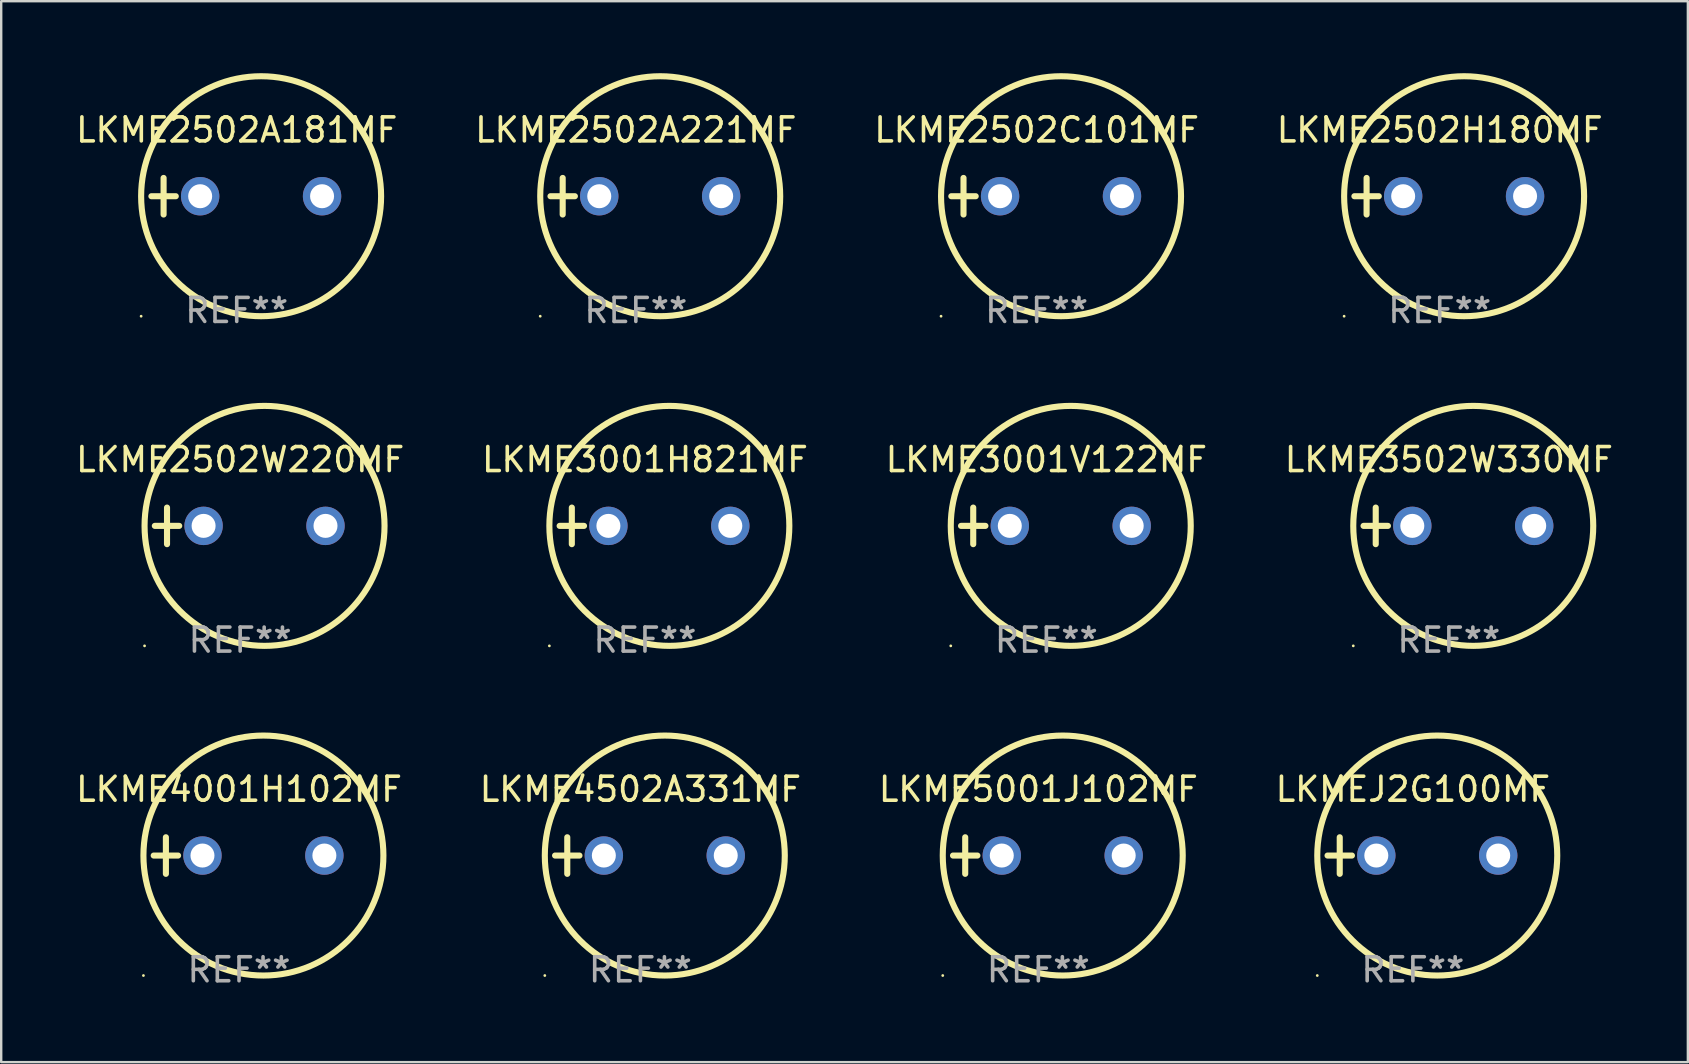
<source format=kicad_pcb>
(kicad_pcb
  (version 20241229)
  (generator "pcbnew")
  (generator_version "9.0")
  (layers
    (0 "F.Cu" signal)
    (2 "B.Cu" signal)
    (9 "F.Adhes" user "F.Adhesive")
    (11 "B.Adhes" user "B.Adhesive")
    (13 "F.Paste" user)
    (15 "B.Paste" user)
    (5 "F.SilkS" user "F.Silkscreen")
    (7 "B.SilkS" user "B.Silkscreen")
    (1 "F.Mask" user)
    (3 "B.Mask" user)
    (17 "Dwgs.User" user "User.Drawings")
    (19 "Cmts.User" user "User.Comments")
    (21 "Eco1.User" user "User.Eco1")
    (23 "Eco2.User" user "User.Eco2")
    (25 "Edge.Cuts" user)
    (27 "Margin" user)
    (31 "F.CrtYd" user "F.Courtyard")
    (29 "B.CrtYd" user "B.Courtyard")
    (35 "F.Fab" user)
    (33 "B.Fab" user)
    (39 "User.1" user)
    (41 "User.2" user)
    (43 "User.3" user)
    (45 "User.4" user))
  (footprint "LKME5001J102MF"
    (layer "F.Cu")
    (at 40.22 32.602)
    (property "Reference" "LKME5001J102MF" (at 0 -2.762 0) (layer "F.SilkS") (effects (font (size 1 1) (thickness 0.15))))
    (attr through_hole)
    (fp_line (start -3.556 0) (end -2.54 0) (stroke (width 0.254) (type solid)) (layer "F.SilkS"))
    (fp_line (start -3.048 -0.762) (end -3.048 0.762) (stroke (width 0.254) (type solid)) (layer "F.SilkS"))
    (fp_circle (center -3.984 5) (end -3.954 5) (stroke (width 0.06) (type solid)) (fill no) (layer "F.SilkS"))
    (fp_circle (center 1.016 0) (end 6.016 0) (stroke (width 0.254) (type solid)) (fill no) (layer "F.SilkS"))
    (fp_text user "REF**" (at 0 4.762 0) (layer "F.Fab") (effects (font (size 1 1) (thickness 0.15))))
    (pad "1" thru_hole circle (at -1.524 0) (size 1.6 1.6) (drill 1) (layers "*.Cu" "*.Mask"))
    (pad "2" thru_hole circle (at 3.556 0) (size 1.6 1.6) (drill 1) (layers "*.Cu" "*.Mask")))
  (footprint "LKME3001H821MF"
    (layer "F.Cu")
    (at 23.827 18.864)
    (property "Reference" "LKME3001H821MF" (at 0 -2.762 0) (layer "F.SilkS") (effects (font (size 1 1) (thickness 0.15))))
    (attr through_hole)
    (fp_line (start -3.556 0) (end -2.54 0) (stroke (width 0.254) (type solid)) (layer "F.SilkS"))
    (fp_line (start -3.048 -0.762) (end -3.048 0.762) (stroke (width 0.254) (type solid)) (layer "F.SilkS"))
    (fp_circle (center -3.984 5) (end -3.954 5) (stroke (width 0.06) (type solid)) (fill no) (layer "F.SilkS"))
    (fp_circle (center 1.016 0) (end 6.016 0) (stroke (width 0.254) (type solid)) (fill no) (layer "F.SilkS"))
    (fp_text user "REF**" (at 0 4.762 0) (layer "F.Fab") (effects (font (size 1 1) (thickness 0.15))))
    (pad "1" thru_hole circle (at -1.524 0) (size 1.6 1.6) (drill 1) (layers "*.Cu" "*.Mask"))
    (pad "2" thru_hole circle (at 3.556 0) (size 1.6 1.6) (drill 1) (layers "*.Cu" "*.Mask")))
  (footprint "LKME2502W220MF"
    (layer "F.Cu")
    (at 6.958 18.864)
    (property "Reference" "LKME2502W220MF" (at 0 -2.762 0) (layer "F.SilkS") (effects (font (size 1 1) (thickness 0.15))))
    (attr through_hole)
    (fp_line (start -3.556 0) (end -2.54 0) (stroke (width 0.254) (type solid)) (layer "F.SilkS"))
    (fp_line (start -3.048 -0.762) (end -3.048 0.762) (stroke (width 0.254) (type solid)) (layer "F.SilkS"))
    (fp_circle (center -3.984 5) (end -3.954 5) (stroke (width 0.06) (type solid)) (fill no) (layer "F.SilkS"))
    (fp_circle (center 1.016 0) (end 6.016 0) (stroke (width 0.254) (type solid)) (fill no) (layer "F.SilkS"))
    (fp_text user "REF**" (at 0 4.762 0) (layer "F.Fab") (effects (font (size 1 1) (thickness 0.15))))
    (pad "1" thru_hole circle (at -1.524 0) (size 1.6 1.6) (drill 1) (layers "*.Cu" "*.Mask"))
    (pad "2" thru_hole circle (at 3.556 0) (size 1.6 1.6) (drill 1) (layers "*.Cu" "*.Mask")))
  (footprint "LKME3502W330MF"
    (layer "F.Cu")
    (at 57.327 18.864)
    (property "Reference" "LKME3502W330MF" (at 0 -2.762 0) (layer "F.SilkS") (effects (font (size 1 1) (thickness 0.15))))
    (attr through_hole)
    (fp_line (start -3.556 0) (end -2.54 0) (stroke (width 0.254) (type solid)) (layer "F.SilkS"))
    (fp_line (start -3.048 -0.762) (end -3.048 0.762) (stroke (width 0.254) (type solid)) (layer "F.SilkS"))
    (fp_circle (center -3.984 5) (end -3.954 5) (stroke (width 0.06) (type solid)) (fill no) (layer "F.SilkS"))
    (fp_circle (center 1.016 0) (end 6.016 0) (stroke (width 0.254) (type solid)) (fill no) (layer "F.SilkS"))
    (fp_text user "REF**" (at 0 4.762 0) (layer "F.Fab") (effects (font (size 1 1) (thickness 0.15))))
    (pad "1" thru_hole circle (at -1.524 0) (size 1.6 1.6) (drill 1) (layers "*.Cu" "*.Mask"))
    (pad "2" thru_hole circle (at 3.556 0) (size 1.6 1.6) (drill 1) (layers "*.Cu" "*.Mask")))
  (footprint "LKME2502H180MF"
    (layer "F.Cu")
    (at 56.946 5.127)
    (property "Reference" "LKME2502H180MF" (at 0 -2.762 0) (layer "F.SilkS") (effects (font (size 1 1) (thickness 0.15))))
    (attr through_hole)
    (fp_line (start -3.556 0) (end -2.54 0) (stroke (width 0.254) (type solid)) (layer "F.SilkS"))
    (fp_line (start -3.048 -0.762) (end -3.048 0.762) (stroke (width 0.254) (type solid)) (layer "F.SilkS"))
    (fp_circle (center -3.984 5) (end -3.954 5) (stroke (width 0.06) (type solid)) (fill no) (layer "F.SilkS"))
    (fp_circle (center 1.016 0) (end 6.016 0) (stroke (width 0.254) (type solid)) (fill no) (layer "F.SilkS"))
    (fp_text user "REF**" (at 0 4.762 0) (layer "F.Fab") (effects (font (size 1 1) (thickness 0.15))))
    (pad "1" thru_hole circle (at -1.524 0) (size 1.6 1.6) (drill 1) (layers "*.Cu" "*.Mask"))
    (pad "2" thru_hole circle (at 3.556 0) (size 1.6 1.6) (drill 1) (layers "*.Cu" "*.Mask")))
  (footprint "LKME2502A181MF"
    (layer "F.Cu")
    (at 6.815 5.127)
    (property "Reference" "LKME2502A181MF" (at 0 -2.762 0) (layer "F.SilkS") (effects (font (size 1 1) (thickness 0.15))))
    (attr through_hole)
    (fp_line (start -3.556 0) (end -2.54 0) (stroke (width 0.254) (type solid)) (layer "F.SilkS"))
    (fp_line (start -3.048 -0.762) (end -3.048 0.762) (stroke (width 0.254) (type solid)) (layer "F.SilkS"))
    (fp_circle (center -3.984 5) (end -3.954 5) (stroke (width 0.06) (type solid)) (fill no) (layer "F.SilkS"))
    (fp_circle (center 1.016 0) (end 6.016 0) (stroke (width 0.254) (type solid)) (fill no) (layer "F.SilkS"))
    (fp_text user "REF**" (at 0 4.762 0) (layer "F.Fab") (effects (font (size 1 1) (thickness 0.15))))
    (pad "1" thru_hole circle (at -1.524 0) (size 1.6 1.6) (drill 1) (layers "*.Cu" "*.Mask"))
    (pad "2" thru_hole circle (at 3.556 0) (size 1.6 1.6) (drill 1) (layers "*.Cu" "*.Mask")))
  (footprint "LKME4502A331MF"
    (layer "F.Cu")
    (at 23.637 32.602)
    (property "Reference" "LKME4502A331MF" (at 0 -2.762 0) (layer "F.SilkS") (effects (font (size 1 1) (thickness 0.15))))
    (attr through_hole)
    (fp_line (start -3.556 0) (end -2.54 0) (stroke (width 0.254) (type solid)) (layer "F.SilkS"))
    (fp_line (start -3.048 -0.762) (end -3.048 0.762) (stroke (width 0.254) (type solid)) (layer "F.SilkS"))
    (fp_circle (center -3.984 5) (end -3.954 5) (stroke (width 0.06) (type solid)) (fill no) (layer "F.SilkS"))
    (fp_circle (center 1.016 0) (end 6.016 0) (stroke (width 0.254) (type solid)) (fill no) (layer "F.SilkS"))
    (fp_text user "REF**" (at 0 4.762 0) (layer "F.Fab") (effects (font (size 1 1) (thickness 0.15))))
    (pad "1" thru_hole circle (at -1.524 0) (size 1.6 1.6) (drill 1) (layers "*.Cu" "*.Mask"))
    (pad "2" thru_hole circle (at 3.556 0) (size 1.6 1.6) (drill 1) (layers "*.Cu" "*.Mask")))
  (footprint "LKME2502C101MF"
    (layer "F.Cu")
    (at 40.149 5.127)
    (property "Reference" "LKME2502C101MF" (at 0 -2.762 0) (layer "F.SilkS") (effects (font (size 1 1) (thickness 0.15))))
    (attr through_hole)
    (fp_line (start -3.556 0) (end -2.54 0) (stroke (width 0.254) (type solid)) (layer "F.SilkS"))
    (fp_line (start -3.048 -0.762) (end -3.048 0.762) (stroke (width 0.254) (type solid)) (layer "F.SilkS"))
    (fp_circle (center -3.984 5) (end -3.954 5) (stroke (width 0.06) (type solid)) (fill no) (layer "F.SilkS"))
    (fp_circle (center 1.016 0) (end 6.016 0) (stroke (width 0.254) (type solid)) (fill no) (layer "F.SilkS"))
    (fp_text user "REF**" (at 0 4.762 0) (layer "F.Fab") (effects (font (size 1 1) (thickness 0.15))))
    (pad "1" thru_hole circle (at -1.524 0) (size 1.6 1.6) (drill 1) (layers "*.Cu" "*.Mask"))
    (pad "2" thru_hole circle (at 3.556 0) (size 1.6 1.6) (drill 1) (layers "*.Cu" "*.Mask")))
  (footprint "LKMEJ2G100MF"
    (layer "F.Cu")
    (at 55.827 32.602)
    (property "Reference" "LKMEJ2G100MF" (at 0 -2.762 0) (layer "F.SilkS") (effects (font (size 1 1) (thickness 0.15))))
    (attr through_hole)
    (fp_line (start -3.556 0) (end -2.54 0) (stroke (width 0.254) (type solid)) (layer "F.SilkS"))
    (fp_line (start -3.048 -0.762) (end -3.048 0.762) (stroke (width 0.254) (type solid)) (layer "F.SilkS"))
    (fp_circle (center -3.984 5) (end -3.954 5) (stroke (width 0.06) (type solid)) (fill no) (layer "F.SilkS"))
    (fp_circle (center 1.016 0) (end 6.016 0) (stroke (width 0.254) (type solid)) (fill no) (layer "F.SilkS"))
    (fp_text user "REF**" (at 0 4.762 0) (layer "F.Fab") (effects (font (size 1 1) (thickness 0.15))))
    (pad "1" thru_hole circle (at -1.524 0) (size 1.6 1.6) (drill 1) (layers "*.Cu" "*.Mask"))
    (pad "2" thru_hole circle (at 3.556 0) (size 1.6 1.6) (drill 1) (layers "*.Cu" "*.Mask")))
  (footprint "LKME3001V122MF"
    (layer "F.Cu")
    (at 40.554 18.864)
    (property "Reference" "LKME3001V122MF" (at 0 -2.762 0) (layer "F.SilkS") (effects (font (size 1 1) (thickness 0.15))))
    (attr through_hole)
    (fp_line (start -3.556 0) (end -2.54 0) (stroke (width 0.254) (type solid)) (layer "F.SilkS"))
    (fp_line (start -3.048 -0.762) (end -3.048 0.762) (stroke (width 0.254) (type solid)) (layer "F.SilkS"))
    (fp_circle (center -3.984 5) (end -3.954 5) (stroke (width 0.06) (type solid)) (fill no) (layer "F.SilkS"))
    (fp_circle (center 1.016 0) (end 6.016 0) (stroke (width 0.254) (type solid)) (fill no) (layer "F.SilkS"))
    (fp_text user "REF**" (at 0 4.762 0) (layer "F.Fab") (effects (font (size 1 1) (thickness 0.15))))
    (pad "1" thru_hole circle (at -1.524 0) (size 1.6 1.6) (drill 1) (layers "*.Cu" "*.Mask"))
    (pad "2" thru_hole circle (at 3.556 0) (size 1.6 1.6) (drill 1) (layers "*.Cu" "*.Mask")))
  (footprint "LKME2502A221MF"
    (layer "F.Cu")
    (at 23.446 5.127)
    (property "Reference" "LKME2502A221MF" (at 0 -2.762 0) (layer "F.SilkS") (effects (font (size 1 1) (thickness 0.15))))
    (attr through_hole)
    (fp_line (start -3.556 0) (end -2.54 0) (stroke (width 0.254) (type solid)) (layer "F.SilkS"))
    (fp_line (start -3.048 -0.762) (end -3.048 0.762) (stroke (width 0.254) (type solid)) (layer "F.SilkS"))
    (fp_circle (center -3.984 5) (end -3.954 5) (stroke (width 0.06) (type solid)) (fill no) (layer "F.SilkS"))
    (fp_circle (center 1.016 0) (end 6.016 0) (stroke (width 0.254) (type solid)) (fill no) (layer "F.SilkS"))
    (fp_text user "REF**" (at 0 4.762 0) (layer "F.Fab") (effects (font (size 1 1) (thickness 0.15))))
    (pad "1" thru_hole circle (at -1.524 0) (size 1.6 1.6) (drill 1) (layers "*.Cu" "*.Mask"))
    (pad "2" thru_hole circle (at 3.556 0) (size 1.6 1.6) (drill 1) (layers "*.Cu" "*.Mask")))
  (footprint "LKME4001H102MF"
    (layer "F.Cu")
    (at 6.911 32.602)
    (property "Reference" "LKME4001H102MF" (at 0 -2.762 0) (layer "F.SilkS") (effects (font (size 1 1) (thickness 0.15))))
    (attr through_hole)
    (fp_line (start -3.556 0) (end -2.54 0) (stroke (width 0.254) (type solid)) (layer "F.SilkS"))
    (fp_line (start -3.048 -0.762) (end -3.048 0.762) (stroke (width 0.254) (type solid)) (layer "F.SilkS"))
    (fp_circle (center -3.984 5) (end -3.954 5) (stroke (width 0.06) (type solid)) (fill no) (layer "F.SilkS"))
    (fp_circle (center 1.016 0) (end 6.016 0) (stroke (width 0.254) (type solid)) (fill no) (layer "F.SilkS"))
    (fp_text user "REF**" (at 0 4.762 0) (layer "F.Fab") (effects (font (size 1 1) (thickness 0.15))))
    (pad "1" thru_hole circle (at -1.524 0) (size 1.6 1.6) (drill 1) (layers "*.Cu" "*.Mask"))
    (pad "2" thru_hole circle (at 3.556 0) (size 1.6 1.6) (drill 1) (layers "*.Cu" "*.Mask")))
  (gr_rect
    (start -3 -3)
    (end 67.286 41.212)
    (stroke (width 0.1) (type default))
    (fill no)
    (layer "Edge.Cuts")))
</source>
